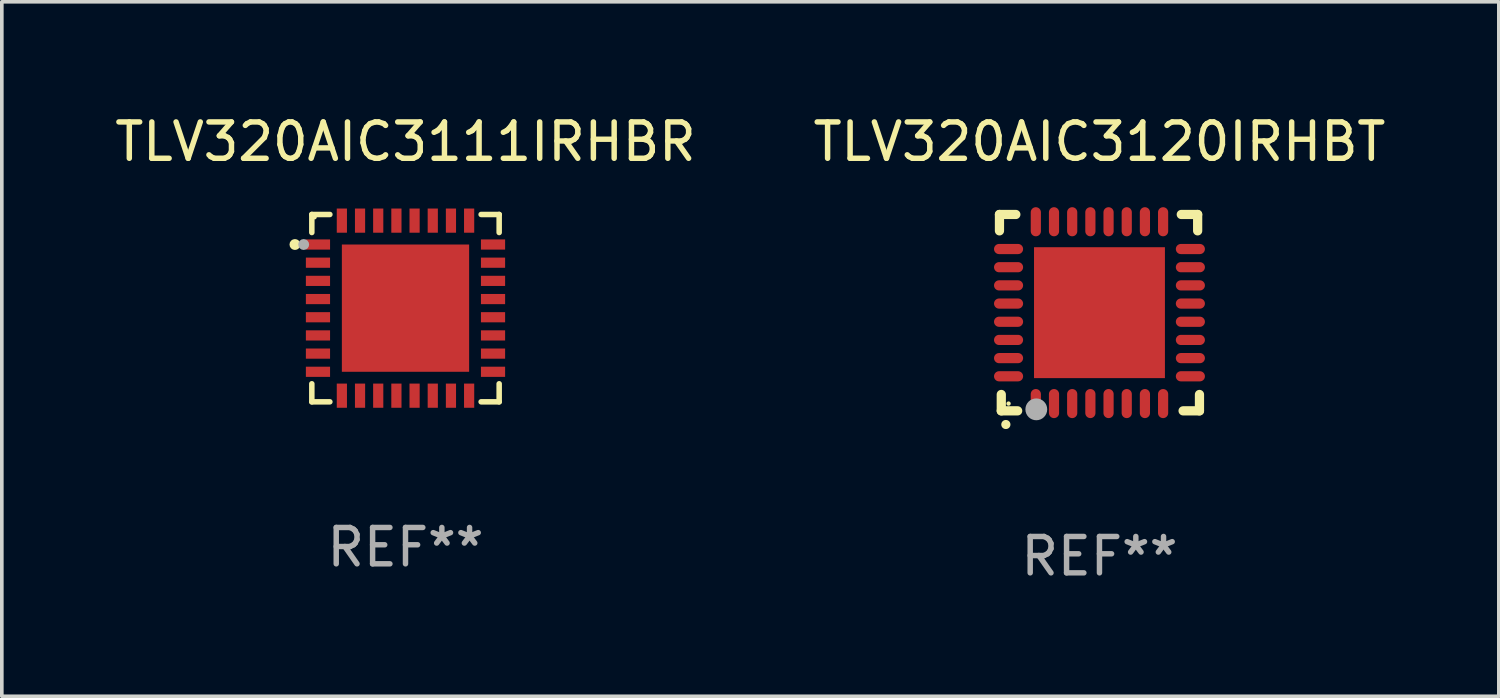
<source format=kicad_pcb>
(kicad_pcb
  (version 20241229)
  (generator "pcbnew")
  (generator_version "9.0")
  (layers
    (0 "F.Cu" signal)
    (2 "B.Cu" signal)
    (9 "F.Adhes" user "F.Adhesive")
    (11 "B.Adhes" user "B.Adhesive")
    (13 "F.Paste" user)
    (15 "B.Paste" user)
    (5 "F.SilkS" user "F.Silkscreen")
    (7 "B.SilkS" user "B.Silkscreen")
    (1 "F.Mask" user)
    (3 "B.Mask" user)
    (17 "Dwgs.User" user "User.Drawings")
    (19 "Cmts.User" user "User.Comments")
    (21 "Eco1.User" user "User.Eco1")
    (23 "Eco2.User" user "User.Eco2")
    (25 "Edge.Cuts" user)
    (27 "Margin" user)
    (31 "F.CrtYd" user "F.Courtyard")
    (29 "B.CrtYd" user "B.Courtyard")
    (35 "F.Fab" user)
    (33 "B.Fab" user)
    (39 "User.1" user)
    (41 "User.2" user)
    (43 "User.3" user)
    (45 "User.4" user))
  (footprint "TLV320AIC3111IRHBR"
    (layer "F.Cu")
    (at 8.101 5.424)
    (property "Reference" "TLV320AIC3111IRHBR" (at 0 -4.576 0) (layer "F.SilkS") (effects (font (size 1 1) (thickness 0.15))))
    (attr through_hole)
    (fp_line (start -2.576 -2.576) (end -2.576 -2.08) (stroke (width 0.152) (type solid)) (layer "F.SilkS"))
    (fp_line (start -2.576 2.576) (end -2.576 2.08) (stroke (width 0.152) (type solid)) (layer "F.SilkS"))
    (fp_line (start -2.08 -2.576) (end -2.576 -2.576) (stroke (width 0.152) (type solid)) (layer "F.SilkS"))
    (fp_line (start -2.08 2.576) (end -2.576 2.576) (stroke (width 0.152) (type solid)) (layer "F.SilkS"))
    (fp_line (start 2.08 -2.576) (end 2.576 -2.576) (stroke (width 0.152) (type solid)) (layer "F.SilkS"))
    (fp_line (start 2.08 2.576) (end 2.576 2.576) (stroke (width 0.152) (type solid)) (layer "F.SilkS"))
    (fp_line (start 2.576 -2.576) (end 2.576 -2.08) (stroke (width 0.152) (type solid)) (layer "F.SilkS"))
    (fp_line (start 2.576 2.576) (end 2.576 2.08) (stroke (width 0.152) (type solid)) (layer "F.SilkS"))
    (fp_circle (center -3.04 -1.75) (end -2.965 -1.75) (stroke (width 0.15) (type solid)) (fill no) (layer "F.SilkS"))
    (fp_circle (center -2.5 -2.5) (end -2.47 -2.5) (stroke (width 0.06) (type solid)) (fill no) (layer "F.SilkS"))
    (fp_circle (center -2.8 -1.75) (end -2.725 -1.75) (stroke (width 0.15) (type solid)) (fill no) (layer "F.Fab"))
    (fp_text user "REF**" (at 0 6.576 0) (layer "F.Fab") (effects (font (size 1 1) (thickness 0.15))))
    (pad "1" smd rect (at -2.407 -1.75) (size 0.665 0.28) (layers "F.Cu" "F.Mask" "F.Paste"))
    (pad "2" smd rect (at -2.407 -1.25) (size 0.665 0.28) (layers "F.Cu" "F.Mask" "F.Paste"))
    (pad "3" smd rect (at -2.407 -0.75) (size 0.665 0.28) (layers "F.Cu" "F.Mask" "F.Paste"))
    (pad "4" smd rect (at -2.407 -0.25) (size 0.665 0.28) (layers "F.Cu" "F.Mask" "F.Paste"))
    (pad "5" smd rect (at -2.407 0.25) (size 0.665 0.28) (layers "F.Cu" "F.Mask" "F.Paste"))
    (pad "6" smd rect (at -2.407 0.75) (size 0.665 0.28) (layers "F.Cu" "F.Mask" "F.Paste"))
    (pad "7" smd rect (at -2.407 1.25) (size 0.665 0.28) (layers "F.Cu" "F.Mask" "F.Paste"))
    (pad "8" smd rect (at -2.407 1.75) (size 0.665 0.28) (layers "F.Cu" "F.Mask" "F.Paste"))
    (pad "9" smd rect (at -1.75 2.407) (size 0.28 0.665) (layers "F.Cu" "F.Mask" "F.Paste"))
    (pad "10" smd rect (at -1.25 2.407) (size 0.28 0.665) (layers "F.Cu" "F.Mask" "F.Paste"))
    (pad "11" smd rect (at -0.75 2.407) (size 0.28 0.665) (layers "F.Cu" "F.Mask" "F.Paste"))
    (pad "12" smd rect (at -0.25 2.407) (size 0.28 0.665) (layers "F.Cu" "F.Mask" "F.Paste"))
    (pad "13" smd rect (at 0.25 2.407) (size 0.28 0.665) (layers "F.Cu" "F.Mask" "F.Paste"))
    (pad "14" smd rect (at 0.75 2.407) (size 0.28 0.665) (layers "F.Cu" "F.Mask" "F.Paste"))
    (pad "15" smd rect (at 1.25 2.407) (size 0.28 0.665) (layers "F.Cu" "F.Mask" "F.Paste"))
    (pad "16" smd rect (at 1.75 2.407) (size 0.28 0.665) (layers "F.Cu" "F.Mask" "F.Paste"))
    (pad "17" smd rect (at 2.407 1.75) (size 0.665 0.28) (layers "F.Cu" "F.Mask" "F.Paste"))
    (pad "18" smd rect (at 2.407 1.25) (size 0.665 0.28) (layers "F.Cu" "F.Mask" "F.Paste"))
    (pad "19" smd rect (at 2.407 0.75) (size 0.665 0.28) (layers "F.Cu" "F.Mask" "F.Paste"))
    (pad "20" smd rect (at 2.407 0.25) (size 0.665 0.28) (layers "F.Cu" "F.Mask" "F.Paste"))
    (pad "21" smd rect (at 2.407 -0.25) (size 0.665 0.28) (layers "F.Cu" "F.Mask" "F.Paste"))
    (pad "22" smd rect (at 2.407 -0.75) (size 0.665 0.28) (layers "F.Cu" "F.Mask" "F.Paste"))
    (pad "23" smd rect (at 2.407 -1.25) (size 0.665 0.28) (layers "F.Cu" "F.Mask" "F.Paste"))
    (pad "24" smd rect (at 2.407 -1.75) (size 0.665 0.28) (layers "F.Cu" "F.Mask" "F.Paste"))
    (pad "25" smd rect (at 1.75 -2.407) (size 0.28 0.665) (layers "F.Cu" "F.Mask" "F.Paste"))
    (pad "26" smd rect (at 1.25 -2.407) (size 0.28 0.665) (layers "F.Cu" "F.Mask" "F.Paste"))
    (pad "27" smd rect (at 0.75 -2.407) (size 0.28 0.665) (layers "F.Cu" "F.Mask" "F.Paste"))
    (pad "28" smd rect (at 0.25 -2.407) (size 0.28 0.665) (layers "F.Cu" "F.Mask" "F.Paste"))
    (pad "29" smd rect (at -0.25 -2.407) (size 0.28 0.665) (layers "F.Cu" "F.Mask" "F.Paste"))
    (pad "30" smd rect (at -0.75 -2.407) (size 0.28 0.665) (layers "F.Cu" "F.Mask" "F.Paste"))
    (pad "31" smd rect (at -1.25 -2.407) (size 0.28 0.665) (layers "F.Cu" "F.Mask" "F.Paste"))
    (pad "32" smd rect (at -1.75 -2.407) (size 0.28 0.665) (layers "F.Cu" "F.Mask" "F.Paste"))
    (pad "33" smd rect (at 0 0) (size 3.5 3.5) (layers "F.Cu" "F.Mask" "F.Paste")))
  (footprint "TLV320AIC3120IRHBT"
    (layer "F.Cu")
    (at 27.185 5.548)
    (property "Reference" "TLV320AIC3120IRHBT" (at 0 -4.7 0) (layer "F.SilkS") (effects (font (size 1 1) (thickness 0.15))))
    (attr through_hole)
    (fp_line (start -2.75 -2.7) (end -2.75 -2.25) (stroke (width 0.254) (type solid)) (layer "F.SilkS"))
    (fp_line (start -2.7 2.7) (end -2.7 2.25) (stroke (width 0.254) (type solid)) (layer "F.SilkS"))
    (fp_line (start -2.3 -2.7) (end -2.75 -2.7) (stroke (width 0.254) (type solid)) (layer "F.SilkS"))
    (fp_line (start -2.25 2.7) (end -2.7 2.7) (stroke (width 0.254) (type solid)) (layer "F.SilkS"))
    (fp_line (start 2.3 2.7) (end 2.75 2.7) (stroke (width 0.254) (type solid)) (layer "F.SilkS"))
    (fp_line (start 2.7 -2.7) (end 2.25 -2.7) (stroke (width 0.254) (type solid)) (layer "F.SilkS"))
    (fp_line (start 2.7 -2.25) (end 2.7 -2.7) (stroke (width 0.254) (type solid)) (layer "F.SilkS"))
    (fp_line (start 2.75 2.7) (end 2.75 2.25) (stroke (width 0.254) (type solid)) (layer "F.SilkS"))
    (fp_arc (start -2.575565 3.075946) (mid -2.574295 3.07594) (end -2.573025 3.075946) (stroke (width 0.25) (type solid)) (layer "F.SilkS"))
    (fp_circle (center -2.5 2.5) (end -2.47 2.5) (stroke (width 0.06) (type solid)) (fill no) (layer "F.SilkS"))
    (fp_circle (center -1.737 2.659) (end -1.587 2.659) (stroke (width 0.3) (type solid)) (fill no) (layer "F.Fab"))
    (fp_text user "REF**" (at 0 6.7 0) (layer "F.Fab") (effects (font (size 1 1) (thickness 0.15))))
    (pad "1" smd oval (at -1.75 2.5) (size 0.28 0.8) (layers "F.Cu" "F.Mask" "F.Paste"))
    (pad "2" smd oval (at -1.25 2.5) (size 0.28 0.8) (layers "F.Cu" "F.Mask" "F.Paste"))
    (pad "3" smd oval (at -0.75 2.5) (size 0.28 0.8) (layers "F.Cu" "F.Mask" "F.Paste"))
    (pad "4" smd oval (at -0.25 2.5) (size 0.28 0.8) (layers "F.Cu" "F.Mask" "F.Paste"))
    (pad "5" smd oval (at 0.25 2.5) (size 0.28 0.8) (layers "F.Cu" "F.Mask" "F.Paste"))
    (pad "6" smd oval (at 0.75 2.5) (size 0.28 0.8) (layers "F.Cu" "F.Mask" "F.Paste"))
    (pad "7" smd oval (at 1.25 2.5) (size 0.28 0.8) (layers "F.Cu" "F.Mask" "F.Paste"))
    (pad "8" smd oval (at 1.75 2.5) (size 0.28 0.8) (layers "F.Cu" "F.Mask" "F.Paste"))
    (pad "9" smd oval (at 2.5 1.75) (size 0.8 0.28) (layers "F.Cu" "F.Mask" "F.Paste"))
    (pad "10" smd oval (at 2.5 1.25) (size 0.8 0.28) (layers "F.Cu" "F.Mask" "F.Paste"))
    (pad "11" smd oval (at 2.5 0.75) (size 0.8 0.28) (layers "F.Cu" "F.Mask" "F.Paste"))
    (pad "12" smd oval (at 2.5 0.25) (size 0.8 0.28) (layers "F.Cu" "F.Mask" "F.Paste"))
    (pad "13" smd oval (at 2.5 -0.25) (size 0.8 0.28) (layers "F.Cu" "F.Mask" "F.Paste"))
    (pad "14" smd oval (at 2.5 -0.75) (size 0.8 0.28) (layers "F.Cu" "F.Mask" "F.Paste"))
    (pad "15" smd oval (at 2.5 -1.25) (size 0.8 0.28) (layers "F.Cu" "F.Mask" "F.Paste"))
    (pad "16" smd oval (at 2.5 -1.75) (size 0.8 0.28) (layers "F.Cu" "F.Mask" "F.Paste"))
    (pad "17" smd oval (at 1.75 -2.5) (size 0.28 0.8) (layers "F.Cu" "F.Mask" "F.Paste"))
    (pad "18" smd oval (at 1.25 -2.5) (size 0.28 0.8) (layers "F.Cu" "F.Mask" "F.Paste"))
    (pad "19" smd oval (at 0.75 -2.5) (size 0.28 0.8) (layers "F.Cu" "F.Mask" "F.Paste"))
    (pad "20" smd oval (at 0.25 -2.5) (size 0.28 0.8) (layers "F.Cu" "F.Mask" "F.Paste"))
    (pad "21" smd oval (at -0.25 -2.5) (size 0.28 0.8) (layers "F.Cu" "F.Mask" "F.Paste"))
    (pad "22" smd oval (at -0.75 -2.5) (size 0.28 0.8) (layers "F.Cu" "F.Mask" "F.Paste"))
    (pad "23" smd oval (at -1.25 -2.5) (size 0.28 0.8) (layers "F.Cu" "F.Mask" "F.Paste"))
    (pad "24" smd oval (at -1.75 -2.5) (size 0.28 0.8) (layers "F.Cu" "F.Mask" "F.Paste"))
    (pad "25" smd oval (at -2.5 -1.75) (size 0.8 0.28) (layers "F.Cu" "F.Mask" "F.Paste"))
    (pad "26" smd oval (at -2.5 -1.25) (size 0.8 0.28) (layers "F.Cu" "F.Mask" "F.Paste"))
    (pad "27" smd oval (at -2.5 -0.75) (size 0.8 0.28) (layers "F.Cu" "F.Mask" "F.Paste"))
    (pad "28" smd oval (at -2.5 -0.25) (size 0.8 0.28) (layers "F.Cu" "F.Mask" "F.Paste"))
    (pad "29" smd oval (at -2.5 0.25) (size 0.8 0.28) (layers "F.Cu" "F.Mask" "F.Paste"))
    (pad "30" smd oval (at -2.5 0.75) (size 0.8 0.28) (layers "F.Cu" "F.Mask" "F.Paste"))
    (pad "31" smd oval (at -2.5 1.25) (size 0.8 0.28) (layers "F.Cu" "F.Mask" "F.Paste"))
    (pad "32" smd oval (at -2.5 1.75) (size 0.8 0.28) (layers "F.Cu" "F.Mask" "F.Paste"))
    (pad "33" smd rect (at 0.000076 0.000076) (size 3.6 3.6) (layers "F.Cu" "F.Mask" "F.Paste")))
  (gr_rect
    (start -3 -3)
    (end 38.167 16.097)
    (stroke (width 0.1) (type default))
    (fill no)
    (layer "Edge.Cuts")))
</source>
